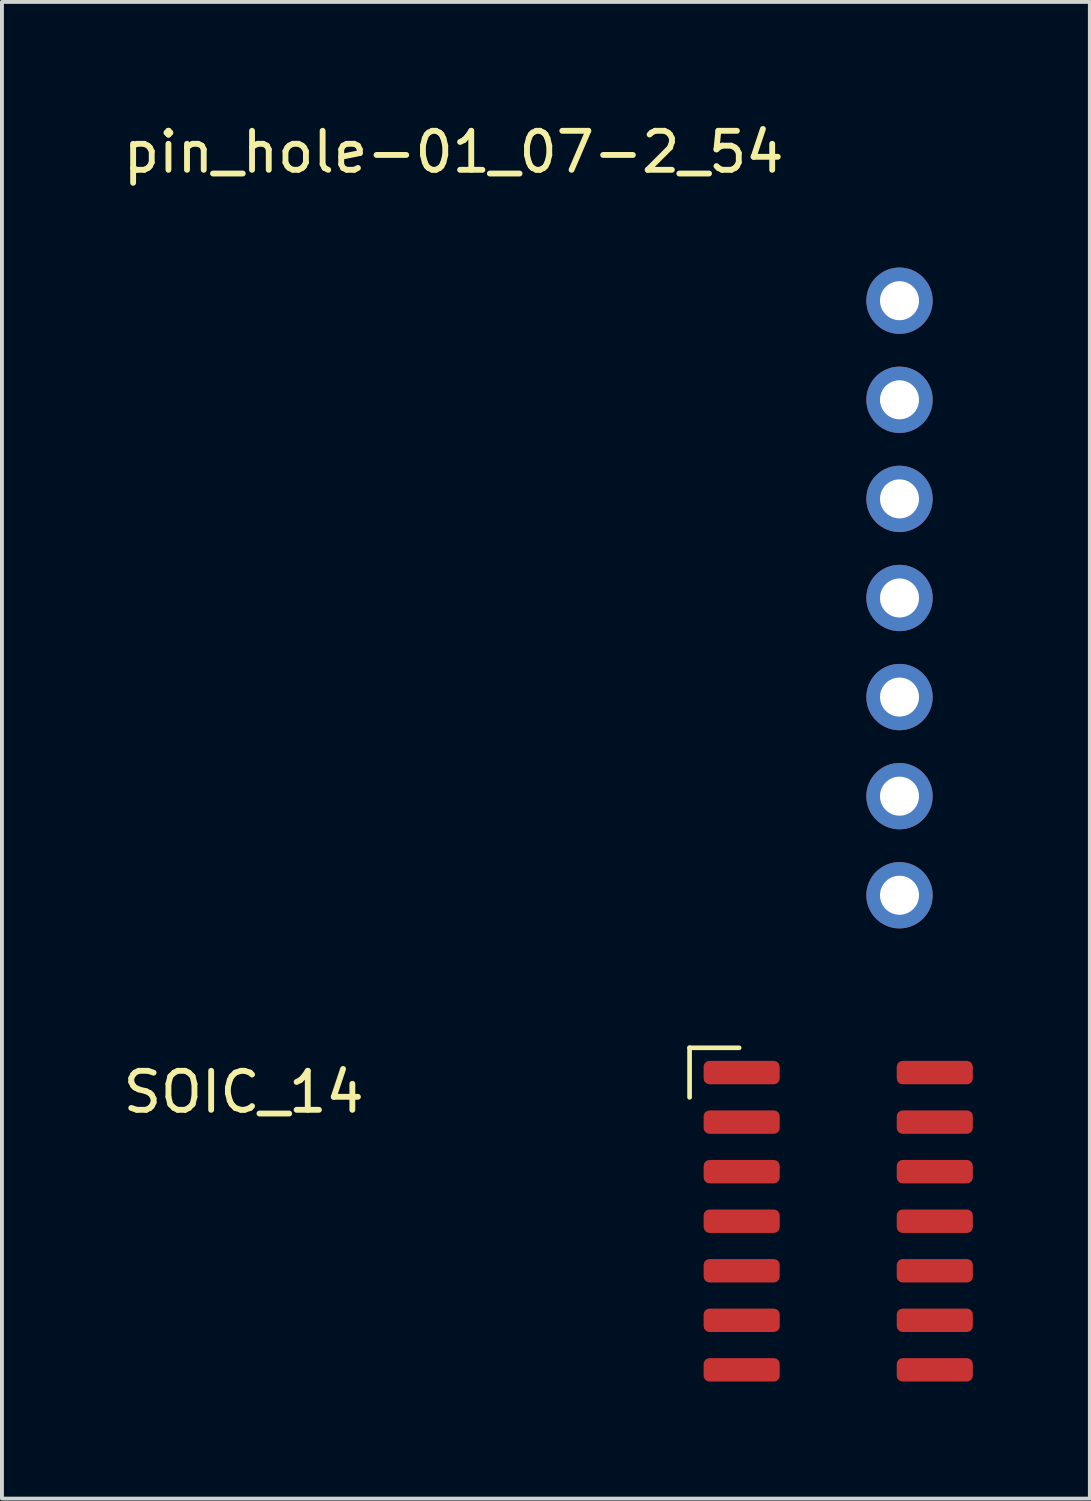
<source format=kicad_pcb>
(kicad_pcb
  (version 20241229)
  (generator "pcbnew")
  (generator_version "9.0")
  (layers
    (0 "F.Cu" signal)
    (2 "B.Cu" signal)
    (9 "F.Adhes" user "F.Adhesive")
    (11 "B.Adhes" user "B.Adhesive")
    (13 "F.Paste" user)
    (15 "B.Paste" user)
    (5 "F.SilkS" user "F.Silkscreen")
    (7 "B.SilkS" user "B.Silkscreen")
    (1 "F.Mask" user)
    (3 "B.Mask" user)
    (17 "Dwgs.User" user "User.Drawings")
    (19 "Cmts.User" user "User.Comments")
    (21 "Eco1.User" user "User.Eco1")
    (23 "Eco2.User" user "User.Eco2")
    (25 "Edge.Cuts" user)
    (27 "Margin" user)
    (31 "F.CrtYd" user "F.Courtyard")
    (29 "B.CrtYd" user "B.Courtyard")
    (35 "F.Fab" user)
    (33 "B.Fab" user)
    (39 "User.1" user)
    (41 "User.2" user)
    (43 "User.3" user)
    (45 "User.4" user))
  (footprint "SOIC_14"
    (layer "F.Cu")
    (at 18.436 28.253)
    (property "Reference" "SOIC_14" (at -15.24 -3.31 0) (layer "F.SilkS") (effects (font (size 1 1) (thickness 0.15))))
    (attr through_hole)
    (fp_line (start -3.81 -4.445) (end -2.54 -4.445) (stroke (width 0.12) (type solid)) (layer "F.SilkS"))
    (fp_line (start -3.81 -3.175) (end -3.81 -4.445) (stroke (width 0.12) (type solid)) (layer "F.SilkS"))
    (pad "1" smd roundrect (at -2.475 -3.81) (size 1.95 0.6) (layers "F.Cu" "F.Mask" "F.Paste") (roundrect_rratio 0.25))
    (pad "2" smd roundrect (at -2.475 -2.54) (size 1.95 0.6) (layers "F.Cu" "F.Mask" "F.Paste") (roundrect_rratio 0.25))
    (pad "3" smd roundrect (at -2.475 -1.27) (size 1.95 0.6) (layers "F.Cu" "F.Mask" "F.Paste") (roundrect_rratio 0.25))
    (pad "4" smd roundrect (at -2.475 0) (size 1.95 0.6) (layers "F.Cu" "F.Mask" "F.Paste") (roundrect_rratio 0.25))
    (pad "5" smd roundrect (at -2.475 1.27) (size 1.95 0.6) (layers "F.Cu" "F.Mask" "F.Paste") (roundrect_rratio 0.25))
    (pad "6" smd roundrect (at -2.475 2.54) (size 1.95 0.6) (layers "F.Cu" "F.Mask" "F.Paste") (roundrect_rratio 0.25))
    (pad "7" smd roundrect (at -2.475 3.81) (size 1.95 0.6) (layers "F.Cu" "F.Mask" "F.Paste") (roundrect_rratio 0.25))
    (pad "8" smd roundrect (at 2.475 3.81) (size 1.95 0.6) (layers "F.Cu" "F.Mask" "F.Paste") (roundrect_rratio 0.25))
    (pad "9" smd roundrect (at 2.475 2.54) (size 1.95 0.6) (layers "F.Cu" "F.Mask" "F.Paste") (roundrect_rratio 0.25))
    (pad "10" smd roundrect (at 2.475 1.27) (size 1.95 0.6) (layers "F.Cu" "F.Mask" "F.Paste") (roundrect_rratio 0.25))
    (pad "11" smd roundrect (at 2.475 0) (size 1.95 0.6) (layers "F.Cu" "F.Mask" "F.Paste") (roundrect_rratio 0.25))
    (pad "12" smd roundrect (at 2.475 -1.27) (size 1.95 0.6) (layers "F.Cu" "F.Mask" "F.Paste") (roundrect_rratio 0.25))
    (pad "13" smd roundrect (at 2.475 -2.54) (size 1.95 0.6) (layers "F.Cu" "F.Mask" "F.Paste") (roundrect_rratio 0.25))
    (pad "14" smd roundrect (at 2.475 -3.81) (size 1.95 0.6) (layers "F.Cu" "F.Mask" "F.Paste") (roundrect_rratio 0.25)))
  (footprint "pin_hole-01_07-2_54"
    (layer "F.Cu")
    (at 20.007 12.278)
    (property "Reference" "pin_hole-01_07-2_54" (at -11.43 -11.43 0) (layer "F.SilkS") (effects (font (size 1 1) (thickness 0.15))))
    (attr through_hole)
    (pad "1" thru_hole oval (at 0 -7.62) (size 1.7 1.7) (drill 1) (layers "*.Cu" "*.Mask"))
    (pad "2" thru_hole oval (at 0 -5.08) (size 1.7 1.7) (drill 1) (layers "*.Cu" "*.Mask"))
    (pad "3" thru_hole oval (at 0 -2.54) (size 1.7 1.7) (drill 1) (layers "*.Cu" "*.Mask"))
    (pad "4" thru_hole oval (at 0 0) (size 1.7 1.7) (drill 1) (layers "*.Cu" "*.Mask"))
    (pad "5" thru_hole oval (at 0 2.54) (size 1.7 1.7) (drill 1) (layers "*.Cu" "*.Mask"))
    (pad "6" thru_hole oval (at 0 5.08) (size 1.7 1.7) (drill 1) (layers "*.Cu" "*.Mask"))
    (pad "7" thru_hole oval (at 0 7.62) (size 1.7 1.7) (drill 1) (layers "*.Cu" "*.Mask")))
  (gr_rect
    (start -3 -3)
    (end 24.886 35.363)
    (stroke (width 0.1) (type default))
    (fill no)
    (layer "Edge.Cuts")))
</source>
